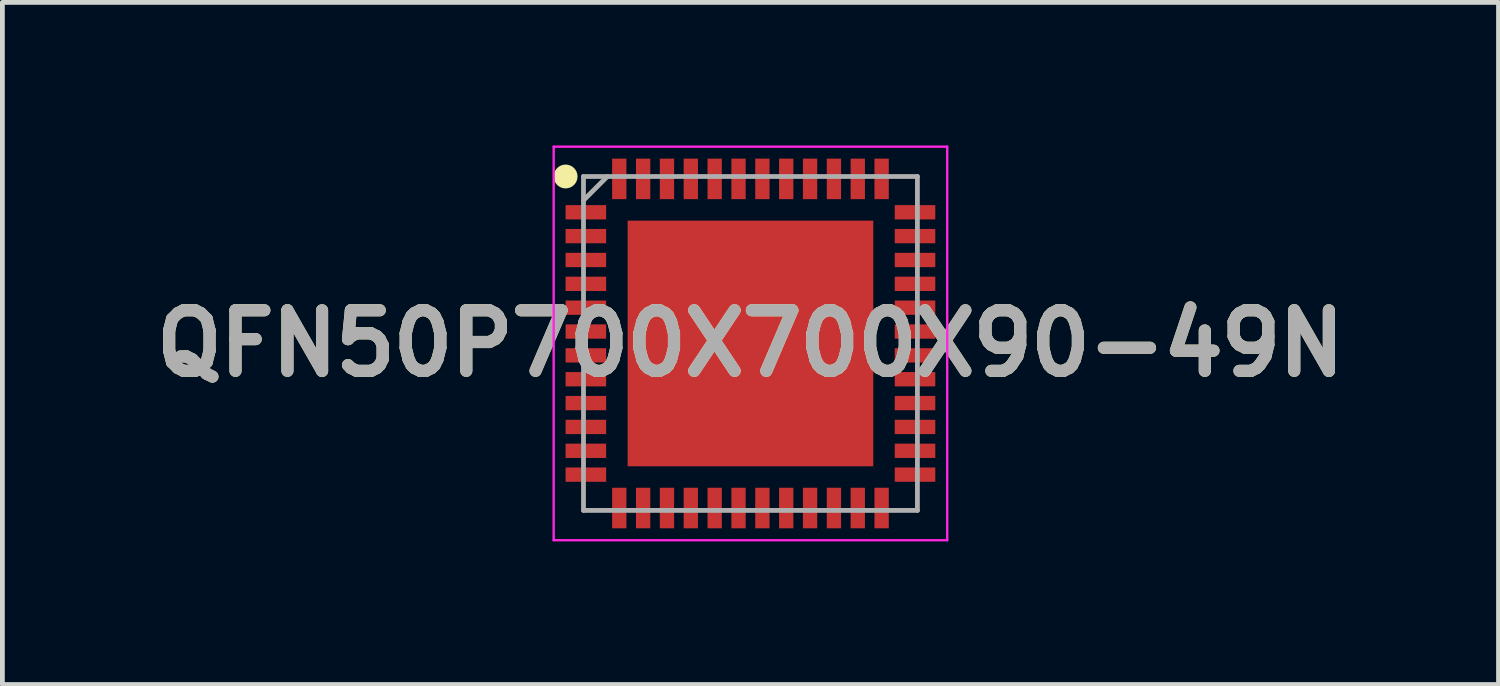
<source format=kicad_pcb>
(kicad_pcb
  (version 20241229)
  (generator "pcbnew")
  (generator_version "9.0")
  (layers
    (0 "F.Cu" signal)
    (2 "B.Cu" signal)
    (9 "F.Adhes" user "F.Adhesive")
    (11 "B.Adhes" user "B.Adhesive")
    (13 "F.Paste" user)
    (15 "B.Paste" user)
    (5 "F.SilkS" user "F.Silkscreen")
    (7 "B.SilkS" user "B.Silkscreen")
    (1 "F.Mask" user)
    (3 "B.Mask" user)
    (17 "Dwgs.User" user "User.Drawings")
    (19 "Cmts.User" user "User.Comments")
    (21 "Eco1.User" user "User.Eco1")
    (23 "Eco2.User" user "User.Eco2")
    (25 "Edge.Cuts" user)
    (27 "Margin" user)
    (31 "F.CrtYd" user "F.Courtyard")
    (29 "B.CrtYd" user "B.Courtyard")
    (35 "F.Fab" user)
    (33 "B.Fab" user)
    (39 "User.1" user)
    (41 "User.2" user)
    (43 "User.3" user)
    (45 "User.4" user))
  (footprint "QFN50P700X700X90-49N"
    (layer "F.Cu")
    (at 12.682 4.15)
    (property "Reference" "QFN50P700X700X90-49N" (at 0 0 0) (layer "F.SilkS") (effects (font (size 1.27 1.27) (thickness 0.254))))
    (attr smd)
    (fp_circle (center -3.875 -3.5) (end -3.875 -3.375) (stroke (width 0.25) (type solid)) (fill no) (layer "F.SilkS"))
    (fp_line (start -4.125 -4.125) (end 4.125 -4.125) (stroke (width 0.05) (type solid)) (layer "F.CrtYd"))
    (fp_line (start -4.125 4.125) (end -4.125 -4.125) (stroke (width 0.05) (type solid)) (layer "F.CrtYd"))
    (fp_line (start 4.125 -4.125) (end 4.125 4.125) (stroke (width 0.05) (type solid)) (layer "F.CrtYd"))
    (fp_line (start 4.125 4.125) (end -4.125 4.125) (stroke (width 0.05) (type solid)) (layer "F.CrtYd"))
    (fp_line (start -3.5 -3.5) (end 3.5 -3.5) (stroke (width 0.1) (type solid)) (layer "F.Fab"))
    (fp_line (start -3.5 -3) (end -3 -3.5) (stroke (width 0.1) (type solid)) (layer "F.Fab"))
    (fp_line (start -3.5 3.5) (end -3.5 -3.5) (stroke (width 0.1) (type solid)) (layer "F.Fab"))
    (fp_line (start 3.5 -3.5) (end 3.5 3.5) (stroke (width 0.1) (type solid)) (layer "F.Fab"))
    (fp_line (start 3.5 3.5) (end -3.5 3.5) (stroke (width 0.1) (type solid)) (layer "F.Fab"))
    (fp_text user "${REFERENCE}" (at 0 0 0) (layer "F.Fab") (effects (font (size 1.27 1.27) (thickness 0.254))))
    (pad "1" smd rect (at -3.45 -2.75 90) (size 0.3 0.85) (layers "F.Cu" "F.Mask" "F.Paste"))
    (pad "2" smd rect (at -3.45 -2.25 90) (size 0.3 0.85) (layers "F.Cu" "F.Mask" "F.Paste"))
    (pad "3" smd rect (at -3.45 -1.75 90) (size 0.3 0.85) (layers "F.Cu" "F.Mask" "F.Paste"))
    (pad "4" smd rect (at -3.45 -1.25 90) (size 0.3 0.85) (layers "F.Cu" "F.Mask" "F.Paste"))
    (pad "5" smd rect (at -3.45 -0.75 90) (size 0.3 0.85) (layers "F.Cu" "F.Mask" "F.Paste"))
    (pad "6" smd rect (at -3.45 -0.25 90) (size 0.3 0.85) (layers "F.Cu" "F.Mask" "F.Paste"))
    (pad "7" smd rect (at -3.45 0.25 90) (size 0.3 0.85) (layers "F.Cu" "F.Mask" "F.Paste"))
    (pad "8" smd rect (at -3.45 0.75 90) (size 0.3 0.85) (layers "F.Cu" "F.Mask" "F.Paste"))
    (pad "9" smd rect (at -3.45 1.25 90) (size 0.3 0.85) (layers "F.Cu" "F.Mask" "F.Paste"))
    (pad "10" smd rect (at -3.45 1.75 90) (size 0.3 0.85) (layers "F.Cu" "F.Mask" "F.Paste"))
    (pad "11" smd rect (at -3.45 2.25 90) (size 0.3 0.85) (layers "F.Cu" "F.Mask" "F.Paste"))
    (pad "12" smd rect (at -3.45 2.75 90) (size 0.3 0.85) (layers "F.Cu" "F.Mask" "F.Paste"))
    (pad "13" smd rect (at -2.75 3.45) (size 0.3 0.85) (layers "F.Cu" "F.Mask" "F.Paste"))
    (pad "14" smd rect (at -2.25 3.45) (size 0.3 0.85) (layers "F.Cu" "F.Mask" "F.Paste"))
    (pad "15" smd rect (at -1.75 3.45) (size 0.3 0.85) (layers "F.Cu" "F.Mask" "F.Paste"))
    (pad "16" smd rect (at -1.25 3.45) (size 0.3 0.85) (layers "F.Cu" "F.Mask" "F.Paste"))
    (pad "17" smd rect (at -0.75 3.45) (size 0.3 0.85) (layers "F.Cu" "F.Mask" "F.Paste"))
    (pad "18" smd rect (at -0.25 3.45) (size 0.3 0.85) (layers "F.Cu" "F.Mask" "F.Paste"))
    (pad "19" smd rect (at 0.25 3.45) (size 0.3 0.85) (layers "F.Cu" "F.Mask" "F.Paste"))
    (pad "20" smd rect (at 0.75 3.45) (size 0.3 0.85) (layers "F.Cu" "F.Mask" "F.Paste"))
    (pad "21" smd rect (at 1.25 3.45) (size 0.3 0.85) (layers "F.Cu" "F.Mask" "F.Paste"))
    (pad "22" smd rect (at 1.75 3.45) (size 0.3 0.85) (layers "F.Cu" "F.Mask" "F.Paste"))
    (pad "23" smd rect (at 2.25 3.45) (size 0.3 0.85) (layers "F.Cu" "F.Mask" "F.Paste"))
    (pad "24" smd rect (at 2.75 3.45) (size 0.3 0.85) (layers "F.Cu" "F.Mask" "F.Paste"))
    (pad "25" smd rect (at 3.45 2.75 90) (size 0.3 0.85) (layers "F.Cu" "F.Mask" "F.Paste"))
    (pad "26" smd rect (at 3.45 2.25 90) (size 0.3 0.85) (layers "F.Cu" "F.Mask" "F.Paste"))
    (pad "27" smd rect (at 3.45 1.75 90) (size 0.3 0.85) (layers "F.Cu" "F.Mask" "F.Paste"))
    (pad "28" smd rect (at 3.45 1.25 90) (size 0.3 0.85) (layers "F.Cu" "F.Mask" "F.Paste"))
    (pad "29" smd rect (at 3.45 0.75 90) (size 0.3 0.85) (layers "F.Cu" "F.Mask" "F.Paste"))
    (pad "30" smd rect (at 3.45 0.25 90) (size 0.3 0.85) (layers "F.Cu" "F.Mask" "F.Paste"))
    (pad "31" smd rect (at 3.45 -0.25 90) (size 0.3 0.85) (layers "F.Cu" "F.Mask" "F.Paste"))
    (pad "32" smd rect (at 3.45 -0.75 90) (size 0.3 0.85) (layers "F.Cu" "F.Mask" "F.Paste"))
    (pad "33" smd rect (at 3.45 -1.25 90) (size 0.3 0.85) (layers "F.Cu" "F.Mask" "F.Paste"))
    (pad "34" smd rect (at 3.45 -1.75 90) (size 0.3 0.85) (layers "F.Cu" "F.Mask" "F.Paste"))
    (pad "35" smd rect (at 3.45 -2.25 90) (size 0.3 0.85) (layers "F.Cu" "F.Mask" "F.Paste"))
    (pad "36" smd rect (at 3.45 -2.75 90) (size 0.3 0.85) (layers "F.Cu" "F.Mask" "F.Paste"))
    (pad "37" smd rect (at 2.75 -3.45) (size 0.3 0.85) (layers "F.Cu" "F.Mask" "F.Paste"))
    (pad "38" smd rect (at 2.25 -3.45) (size 0.3 0.85) (layers "F.Cu" "F.Mask" "F.Paste"))
    (pad "39" smd rect (at 1.75 -3.45) (size 0.3 0.85) (layers "F.Cu" "F.Mask" "F.Paste"))
    (pad "40" smd rect (at 1.25 -3.45) (size 0.3 0.85) (layers "F.Cu" "F.Mask" "F.Paste"))
    (pad "41" smd rect (at 0.75 -3.45) (size 0.3 0.85) (layers "F.Cu" "F.Mask" "F.Paste"))
    (pad "42" smd rect (at 0.25 -3.45) (size 0.3 0.85) (layers "F.Cu" "F.Mask" "F.Paste"))
    (pad "43" smd rect (at -0.25 -3.45) (size 0.3 0.85) (layers "F.Cu" "F.Mask" "F.Paste"))
    (pad "44" smd rect (at -0.75 -3.45) (size 0.3 0.85) (layers "F.Cu" "F.Mask" "F.Paste"))
    (pad "45" smd rect (at -1.25 -3.45) (size 0.3 0.85) (layers "F.Cu" "F.Mask" "F.Paste"))
    (pad "46" smd rect (at -1.75 -3.45) (size 0.3 0.85) (layers "F.Cu" "F.Mask" "F.Paste"))
    (pad "47" smd rect (at -2.25 -3.45) (size 0.3 0.85) (layers "F.Cu" "F.Mask" "F.Paste"))
    (pad "48" smd rect (at -2.75 -3.45) (size 0.3 0.85) (layers "F.Cu" "F.Mask" "F.Paste"))
    (pad "49" smd rect (at 0 0) (size 5.15 5.15) (layers "F.Cu" "F.Mask" "F.Paste")))
  (gr_rect
    (start -3 -3)
    (end 28.364 11.3)
    (stroke (width 0.1) (type default))
    (fill no)
    (layer "Edge.Cuts")))
</source>
